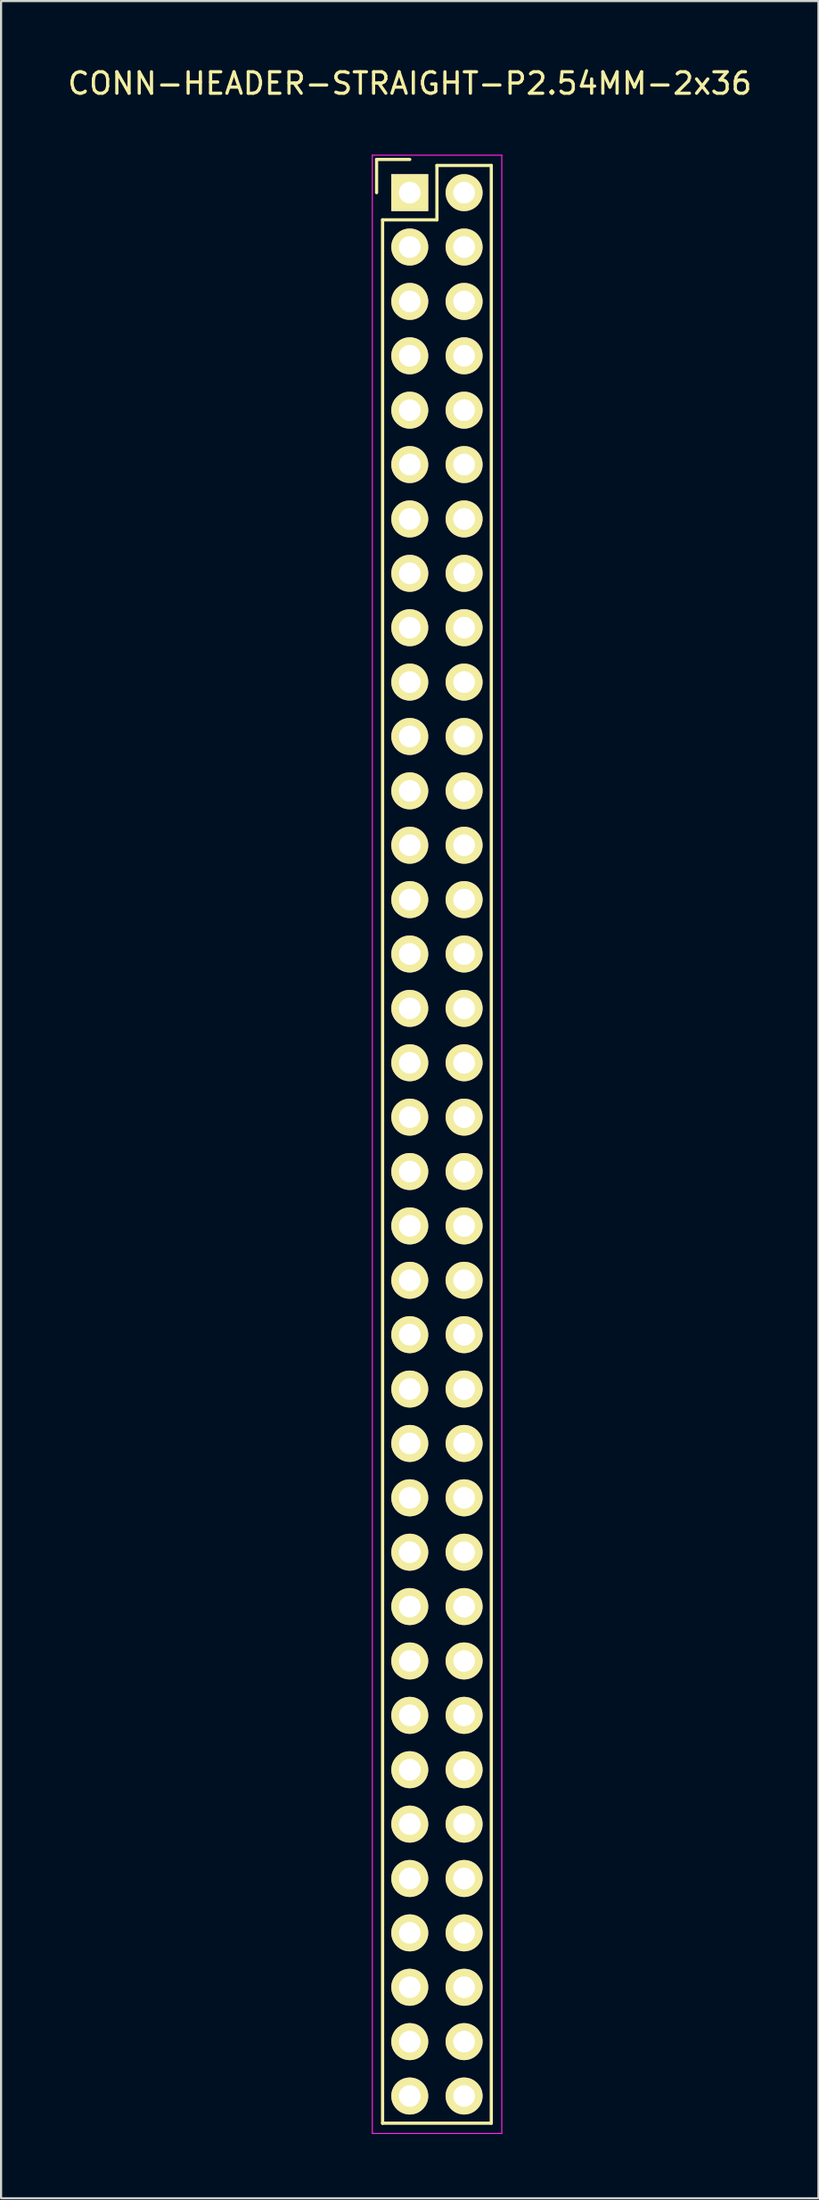
<source format=kicad_pcb>
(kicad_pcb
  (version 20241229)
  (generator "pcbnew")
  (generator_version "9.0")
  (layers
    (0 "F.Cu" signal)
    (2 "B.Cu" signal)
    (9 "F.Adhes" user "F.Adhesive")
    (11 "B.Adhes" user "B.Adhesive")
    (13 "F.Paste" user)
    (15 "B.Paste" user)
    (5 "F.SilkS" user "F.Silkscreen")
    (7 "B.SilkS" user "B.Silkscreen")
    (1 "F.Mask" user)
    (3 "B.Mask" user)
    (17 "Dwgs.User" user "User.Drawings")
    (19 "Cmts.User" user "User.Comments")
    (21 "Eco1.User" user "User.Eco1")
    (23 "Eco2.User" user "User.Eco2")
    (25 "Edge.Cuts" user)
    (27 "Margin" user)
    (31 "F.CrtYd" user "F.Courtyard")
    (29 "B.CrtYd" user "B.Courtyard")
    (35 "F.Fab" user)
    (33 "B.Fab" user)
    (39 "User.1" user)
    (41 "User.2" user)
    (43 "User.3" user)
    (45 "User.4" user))
  (footprint "CONN-HEADER-STRAIGHT-P2.54MM-2x36"
    (layer "F.Cu")
    (at 16.101 5.948)
    (property "Reference" "CONN-HEADER-STRAIGHT-P2.54MM-2x36" (at 0 -5.1 0) (layer "F.SilkS") (effects (font (size 1 1) (thickness 0.15))))
    (attr through_hole)
    (fp_line (start -1.55 -1.55) (end -1.55 0) (stroke (width 0.15) (type solid)) (layer "F.SilkS"))
    (fp_line (start -1.27 1.27) (end -1.27 90.17) (stroke (width 0.15) (type solid)) (layer "F.SilkS"))
    (fp_line (start 0 -1.55) (end -1.55 -1.55) (stroke (width 0.15) (type solid)) (layer "F.SilkS"))
    (fp_line (start 1.27 -1.27) (end 1.27 1.27) (stroke (width 0.15) (type solid)) (layer "F.SilkS"))
    (fp_line (start 1.27 1.27) (end -1.27 1.27) (stroke (width 0.15) (type solid)) (layer "F.SilkS"))
    (fp_line (start 3.81 -1.27) (end 1.27 -1.27) (stroke (width 0.15) (type solid)) (layer "F.SilkS"))
    (fp_line (start 3.81 90.17) (end -1.27 90.17) (stroke (width 0.15) (type solid)) (layer "F.SilkS"))
    (fp_line (start 3.81 90.17) (end 3.81 -1.27) (stroke (width 0.15) (type solid)) (layer "F.SilkS"))
    (fp_line (start -1.75 -1.75) (end -1.75 90.65) (stroke (width 0.05) (type solid)) (layer "F.CrtYd"))
    (fp_line (start -1.75 -1.75) (end 4.3 -1.75) (stroke (width 0.05) (type solid)) (layer "F.CrtYd"))
    (fp_line (start -1.75 90.65) (end 4.3 90.65) (stroke (width 0.05) (type solid)) (layer "F.CrtYd"))
    (fp_line (start 4.3 -1.75) (end 4.3 90.65) (stroke (width 0.05) (type solid)) (layer "F.CrtYd"))
    (pad "1" thru_hole rect (at 0 0) (size 1.727 1.727) (drill 1.016) (layers "*.Cu" "*.Mask" "F.SilkS"))
    (pad "2" thru_hole oval (at 2.54 0) (size 1.727 1.727) (drill 1.016) (layers "*.Cu" "*.Mask" "F.SilkS"))
    (pad "3" thru_hole oval (at 0 2.54) (size 1.727 1.727) (drill 1.016) (layers "*.Cu" "*.Mask" "F.SilkS"))
    (pad "4" thru_hole oval (at 2.54 2.54) (size 1.727 1.727) (drill 1.016) (layers "*.Cu" "*.Mask" "F.SilkS"))
    (pad "5" thru_hole oval (at 0 5.08) (size 1.727 1.727) (drill 1.016) (layers "*.Cu" "*.Mask" "F.SilkS"))
    (pad "6" thru_hole oval (at 2.54 5.08) (size 1.727 1.727) (drill 1.016) (layers "*.Cu" "*.Mask" "F.SilkS"))
    (pad "7" thru_hole oval (at 0 7.62) (size 1.727 1.727) (drill 1.016) (layers "*.Cu" "*.Mask" "F.SilkS"))
    (pad "8" thru_hole oval (at 2.54 7.62) (size 1.727 1.727) (drill 1.016) (layers "*.Cu" "*.Mask" "F.SilkS"))
    (pad "9" thru_hole oval (at 0 10.16) (size 1.727 1.727) (drill 1.016) (layers "*.Cu" "*.Mask" "F.SilkS"))
    (pad "10" thru_hole oval (at 2.54 10.16) (size 1.727 1.727) (drill 1.016) (layers "*.Cu" "*.Mask" "F.SilkS"))
    (pad "11" thru_hole oval (at 0 12.7) (size 1.727 1.727) (drill 1.016) (layers "*.Cu" "*.Mask" "F.SilkS"))
    (pad "12" thru_hole oval (at 2.54 12.7) (size 1.727 1.727) (drill 1.016) (layers "*.Cu" "*.Mask" "F.SilkS"))
    (pad "13" thru_hole oval (at 0 15.24) (size 1.727 1.727) (drill 1.016) (layers "*.Cu" "*.Mask" "F.SilkS"))
    (pad "14" thru_hole oval (at 2.54 15.24) (size 1.727 1.727) (drill 1.016) (layers "*.Cu" "*.Mask" "F.SilkS"))
    (pad "15" thru_hole oval (at 0 17.78) (size 1.727 1.727) (drill 1.016) (layers "*.Cu" "*.Mask" "F.SilkS"))
    (pad "16" thru_hole oval (at 2.54 17.78) (size 1.727 1.727) (drill 1.016) (layers "*.Cu" "*.Mask" "F.SilkS"))
    (pad "17" thru_hole oval (at 0 20.32) (size 1.727 1.727) (drill 1.016) (layers "*.Cu" "*.Mask" "F.SilkS"))
    (pad "18" thru_hole oval (at 2.54 20.32) (size 1.727 1.727) (drill 1.016) (layers "*.Cu" "*.Mask" "F.SilkS"))
    (pad "19" thru_hole oval (at 0 22.86) (size 1.727 1.727) (drill 1.016) (layers "*.Cu" "*.Mask" "F.SilkS"))
    (pad "20" thru_hole oval (at 2.54 22.86) (size 1.727 1.727) (drill 1.016) (layers "*.Cu" "*.Mask" "F.SilkS"))
    (pad "21" thru_hole oval (at 0 25.4) (size 1.727 1.727) (drill 1.016) (layers "*.Cu" "*.Mask" "F.SilkS"))
    (pad "22" thru_hole oval (at 2.54 25.4) (size 1.727 1.727) (drill 1.016) (layers "*.Cu" "*.Mask" "F.SilkS"))
    (pad "23" thru_hole oval (at 0 27.94) (size 1.727 1.727) (drill 1.016) (layers "*.Cu" "*.Mask" "F.SilkS"))
    (pad "24" thru_hole oval (at 2.54 27.94) (size 1.727 1.727) (drill 1.016) (layers "*.Cu" "*.Mask" "F.SilkS"))
    (pad "25" thru_hole oval (at 0 30.48) (size 1.727 1.727) (drill 1.016) (layers "*.Cu" "*.Mask" "F.SilkS"))
    (pad "26" thru_hole oval (at 2.54 30.48) (size 1.727 1.727) (drill 1.016) (layers "*.Cu" "*.Mask" "F.SilkS"))
    (pad "27" thru_hole oval (at 0 33.02) (size 1.727 1.727) (drill 1.016) (layers "*.Cu" "*.Mask" "F.SilkS"))
    (pad "28" thru_hole oval (at 2.54 33.02) (size 1.727 1.727) (drill 1.016) (layers "*.Cu" "*.Mask" "F.SilkS"))
    (pad "29" thru_hole oval (at 0 35.56) (size 1.727 1.727) (drill 1.016) (layers "*.Cu" "*.Mask" "F.SilkS"))
    (pad "30" thru_hole oval (at 2.54 35.56) (size 1.727 1.727) (drill 1.016) (layers "*.Cu" "*.Mask" "F.SilkS"))
    (pad "31" thru_hole oval (at 0 38.1) (size 1.727 1.727) (drill 1.016) (layers "*.Cu" "*.Mask" "F.SilkS"))
    (pad "32" thru_hole oval (at 2.54 38.1) (size 1.727 1.727) (drill 1.016) (layers "*.Cu" "*.Mask" "F.SilkS"))
    (pad "33" thru_hole oval (at 0 40.64) (size 1.727 1.727) (drill 1.016) (layers "*.Cu" "*.Mask" "F.SilkS"))
    (pad "34" thru_hole oval (at 2.54 40.64) (size 1.727 1.727) (drill 1.016) (layers "*.Cu" "*.Mask" "F.SilkS"))
    (pad "35" thru_hole oval (at 0 43.18) (size 1.727 1.727) (drill 1.016) (layers "*.Cu" "*.Mask" "F.SilkS"))
    (pad "36" thru_hole oval (at 2.54 43.18) (size 1.727 1.727) (drill 1.016) (layers "*.Cu" "*.Mask" "F.SilkS"))
    (pad "37" thru_hole oval (at 0 45.72) (size 1.727 1.727) (drill 1.016) (layers "*.Cu" "*.Mask" "F.SilkS"))
    (pad "38" thru_hole oval (at 2.54 45.72) (size 1.727 1.727) (drill 1.016) (layers "*.Cu" "*.Mask" "F.SilkS"))
    (pad "39" thru_hole oval (at 0 48.26) (size 1.727 1.727) (drill 1.016) (layers "*.Cu" "*.Mask" "F.SilkS"))
    (pad "40" thru_hole oval (at 2.54 48.26) (size 1.727 1.727) (drill 1.016) (layers "*.Cu" "*.Mask" "F.SilkS"))
    (pad "41" thru_hole oval (at 0 50.8) (size 1.727 1.727) (drill 1.016) (layers "*.Cu" "*.Mask" "F.SilkS"))
    (pad "42" thru_hole oval (at 2.54 50.8) (size 1.727 1.727) (drill 1.016) (layers "*.Cu" "*.Mask" "F.SilkS"))
    (pad "43" thru_hole oval (at 0 53.34) (size 1.727 1.727) (drill 1.016) (layers "*.Cu" "*.Mask" "F.SilkS"))
    (pad "44" thru_hole oval (at 2.54 53.34) (size 1.727 1.727) (drill 1.016) (layers "*.Cu" "*.Mask" "F.SilkS"))
    (pad "45" thru_hole oval (at 0 55.88) (size 1.727 1.727) (drill 1.016) (layers "*.Cu" "*.Mask" "F.SilkS"))
    (pad "46" thru_hole oval (at 2.54 55.88) (size 1.727 1.727) (drill 1.016) (layers "*.Cu" "*.Mask" "F.SilkS"))
    (pad "47" thru_hole oval (at 0 58.42) (size 1.727 1.727) (drill 1.016) (layers "*.Cu" "*.Mask" "F.SilkS"))
    (pad "48" thru_hole oval (at 2.54 58.42) (size 1.727 1.727) (drill 1.016) (layers "*.Cu" "*.Mask" "F.SilkS"))
    (pad "49" thru_hole oval (at 0 60.96) (size 1.727 1.727) (drill 1.016) (layers "*.Cu" "*.Mask" "F.SilkS"))
    (pad "50" thru_hole oval (at 2.54 60.96) (size 1.727 1.727) (drill 1.016) (layers "*.Cu" "*.Mask" "F.SilkS"))
    (pad "51" thru_hole oval (at 0 63.5) (size 1.727 1.727) (drill 1.016) (layers "*.Cu" "*.Mask" "F.SilkS"))
    (pad "52" thru_hole oval (at 2.54 63.5) (size 1.727 1.727) (drill 1.016) (layers "*.Cu" "*.Mask" "F.SilkS"))
    (pad "53" thru_hole oval (at 0 66.04) (size 1.727 1.727) (drill 1.016) (layers "*.Cu" "*.Mask" "F.SilkS"))
    (pad "54" thru_hole oval (at 2.54 66.04) (size 1.727 1.727) (drill 1.016) (layers "*.Cu" "*.Mask" "F.SilkS"))
    (pad "55" thru_hole oval (at 0 68.58) (size 1.727 1.727) (drill 1.016) (layers "*.Cu" "*.Mask" "F.SilkS"))
    (pad "56" thru_hole oval (at 2.54 68.58) (size 1.727 1.727) (drill 1.016) (layers "*.Cu" "*.Mask" "F.SilkS"))
    (pad "57" thru_hole oval (at 0 71.12) (size 1.727 1.727) (drill 1.016) (layers "*.Cu" "*.Mask" "F.SilkS"))
    (pad "58" thru_hole oval (at 2.54 71.12) (size 1.727 1.727) (drill 1.016) (layers "*.Cu" "*.Mask" "F.SilkS"))
    (pad "59" thru_hole oval (at 0 73.66) (size 1.727 1.727) (drill 1.016) (layers "*.Cu" "*.Mask" "F.SilkS"))
    (pad "60" thru_hole oval (at 2.54 73.66) (size 1.727 1.727) (drill 1.016) (layers "*.Cu" "*.Mask" "F.SilkS"))
    (pad "61" thru_hole oval (at 0 76.2) (size 1.727 1.727) (drill 1.016) (layers "*.Cu" "*.Mask" "F.SilkS"))
    (pad "62" thru_hole oval (at 2.54 76.2) (size 1.727 1.727) (drill 1.016) (layers "*.Cu" "*.Mask" "F.SilkS"))
    (pad "63" thru_hole oval (at 0 78.74) (size 1.727 1.727) (drill 1.016) (layers "*.Cu" "*.Mask" "F.SilkS"))
    (pad "64" thru_hole oval (at 2.54 78.74) (size 1.727 1.727) (drill 1.016) (layers "*.Cu" "*.Mask" "F.SilkS"))
    (pad "65" thru_hole oval (at 0 81.28) (size 1.727 1.727) (drill 1.016) (layers "*.Cu" "*.Mask" "F.SilkS"))
    (pad "66" thru_hole oval (at 2.54 81.28) (size 1.727 1.727) (drill 1.016) (layers "*.Cu" "*.Mask" "F.SilkS"))
    (pad "67" thru_hole oval (at 0 83.82) (size 1.727 1.727) (drill 1.016) (layers "*.Cu" "*.Mask" "F.SilkS"))
    (pad "68" thru_hole oval (at 2.54 83.82) (size 1.727 1.727) (drill 1.016) (layers "*.Cu" "*.Mask" "F.SilkS"))
    (pad "69" thru_hole oval (at 0 86.36) (size 1.727 1.727) (drill 1.016) (layers "*.Cu" "*.Mask" "F.SilkS"))
    (pad "70" thru_hole oval (at 2.54 86.36) (size 1.727 1.727) (drill 1.016) (layers "*.Cu" "*.Mask" "F.SilkS"))
    (pad "71" thru_hole oval (at 0 88.9) (size 1.727 1.727) (drill 1.016) (layers "*.Cu" "*.Mask" "F.SilkS"))
    (pad "72" thru_hole oval (at 2.54 88.9) (size 1.727 1.727) (drill 1.016) (layers "*.Cu" "*.Mask" "F.SilkS")))
  (gr_rect
    (start -3 -3)
    (end 35.202 99.623)
    (stroke (width 0.1) (type default))
    (fill no)
    (layer "Edge.Cuts")))
</source>
